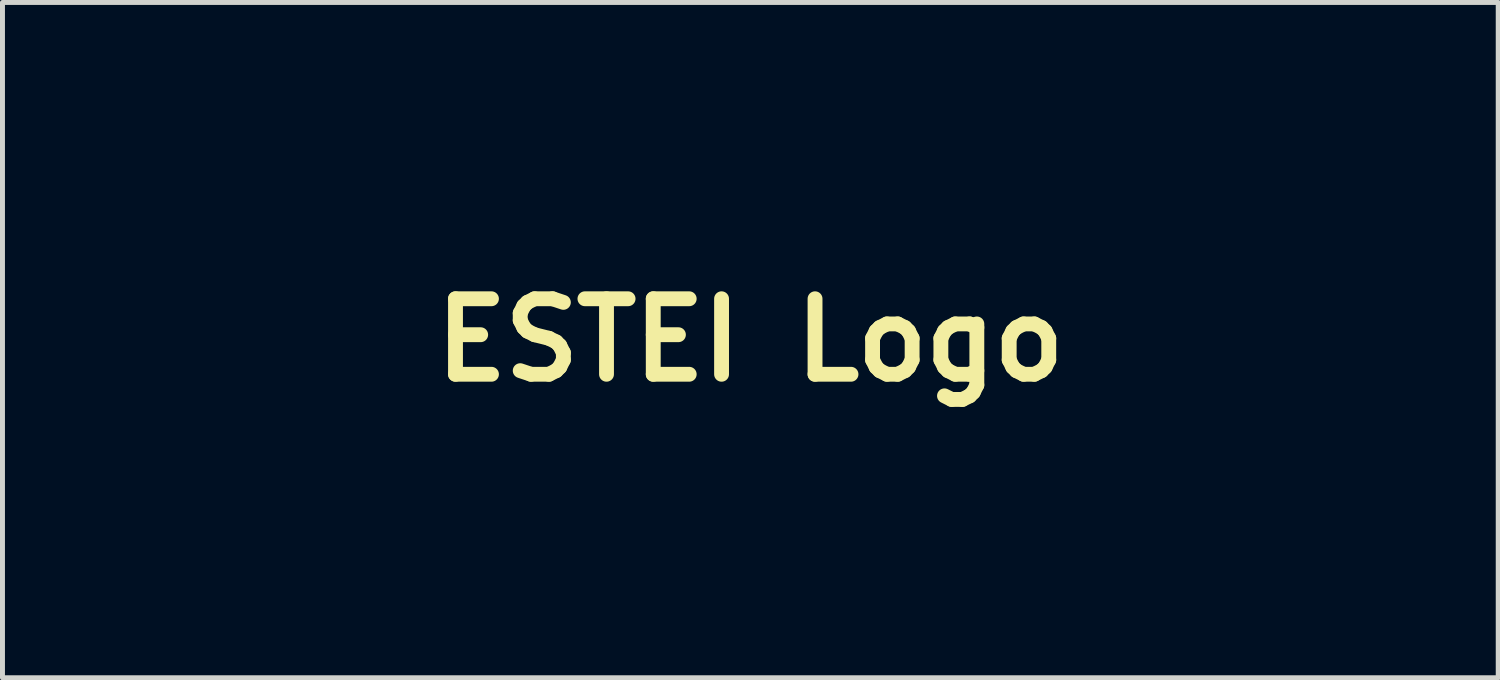
<source format=kicad_pcb>
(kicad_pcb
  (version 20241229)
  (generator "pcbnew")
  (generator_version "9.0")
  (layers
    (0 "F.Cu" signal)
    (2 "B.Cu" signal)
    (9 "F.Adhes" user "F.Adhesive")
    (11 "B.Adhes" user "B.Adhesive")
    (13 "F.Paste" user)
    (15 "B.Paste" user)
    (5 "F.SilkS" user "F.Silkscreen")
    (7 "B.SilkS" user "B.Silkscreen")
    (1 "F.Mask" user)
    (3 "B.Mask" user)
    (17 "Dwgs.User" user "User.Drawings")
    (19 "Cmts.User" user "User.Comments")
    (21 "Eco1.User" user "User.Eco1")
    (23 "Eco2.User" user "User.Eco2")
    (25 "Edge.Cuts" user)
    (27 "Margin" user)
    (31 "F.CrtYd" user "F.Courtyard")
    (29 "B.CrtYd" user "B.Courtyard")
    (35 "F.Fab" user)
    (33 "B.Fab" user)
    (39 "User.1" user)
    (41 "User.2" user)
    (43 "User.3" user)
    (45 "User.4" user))
  (footprint "ESTEI Logo"
    (layer "F.Cu")
    (at 12.095 3.815)
    (property "Reference" "ESTEI Logo" (at 0 0 0) (layer "F.SilkS") (effects (font (size 1.524 1.524) (thickness 0.3))))
    (attr through_hole)
    (fp_poly (pts (xy 1.143 2.413) (xy 1.143 2.819) (xy 0.876 2.835) (xy 0.61 2.85) (xy 0.61 2.382) (xy 1.143 2.413)) (stroke (width 0.01) (type solid)) (fill yes) (layer "F.Mask"))
    (fp_poly (pts (xy 3.734 2.261) (xy 3.467 2.276) (xy 3.2 2.291) (xy 3.2 1.778) (xy 3.765 1.778) (xy 3.734 2.261)) (stroke (width 0.01) (type solid)) (fill yes) (layer "F.Mask"))
    (fp_poly (pts (xy 1.108 1.968) (xy 1.092 2.159) (xy 0.581 2.189) (xy 0.601 1.983) (xy 0.62 1.778) (xy 1.124 1.778) (xy 1.108 1.968)) (stroke (width 0.01) (type solid)) (fill yes) (layer "F.Mask"))
    (fp_poly (pts (xy 2.464 2.819) (xy 2.171 2.835) (xy 1.986 2.836) (xy 1.884 2.814) (xy 1.851 2.78) (xy 1.841 2.7) (xy 1.836 2.546) (xy 1.837 2.346) (xy 1.839 2.257) (xy 1.854 1.803) (xy 2.464 1.803) (xy 2.464 2.819)) (stroke (width 0.01) (type solid)) (fill yes) (layer "F.Mask"))
    (fp_poly (pts (xy 7.261 1.884) (xy 7.278 1.975) (xy 7.319 2.124) (xy 7.359 2.253) (xy 7.454 2.54) (xy 7.229 2.54) (xy 7.091 2.536) (xy 7.032 2.514) (xy 7.03 2.461) (xy 7.04 2.426) (xy 7.112 2.208) (xy 7.177 2.032) (xy 7.226 1.916) (xy 7.256 1.873) (xy 7.261 1.884)) (stroke (width 0.01) (type solid)) (fill yes) (layer "F.Mask"))
    (fp_poly (pts (xy 4.913 1.789) (xy 5.034 1.819) (xy 5.07 1.839) (xy 5.103 1.925) (xy 5.124 2.094) (xy 5.131 2.311) (xy 5.123 2.542) (xy 5.101 2.706) (xy 5.07 2.784) (xy 4.986 2.819) (xy 4.842 2.841) (xy 4.752 2.845) (xy 4.496 2.845) (xy 4.496 1.778) (xy 4.752 1.778) (xy 4.913 1.789)) (stroke (width 0.01) (type solid)) (fill yes) (layer "F.Mask"))
    (fp_poly (pts (xy 7.604 -1.604) (xy 7.759 -1.548) (xy 7.766 -1.543) (xy 7.864 -1.439) (xy 7.956 -1.288) (xy 8.016 -1.136) (xy 8.026 -1.068) (xy 7.977 -1.045) (xy 7.833 -1.028) (xy 7.6 -1.018) (xy 7.366 -1.016) (xy 7.055 -1.02) (xy 6.843 -1.032) (xy 6.729 -1.052) (xy 6.706 -1.072) (xy 6.741 -1.207) (xy 6.828 -1.363) (xy 6.94 -1.496) (xy 7.015 -1.552) (xy 7.189 -1.606) (xy 7.4 -1.624) (xy 7.604 -1.604)) (stroke (width 0.01) (type solid)) (fill yes) (layer "F.Mask"))
    (fp_poly (pts (xy -6.604 -1.279) (xy -6.496 -1.073) (xy -6.469 -0.819) (xy -6.503 -0.605) (xy -6.556 -0.468) (xy -6.649 -0.322) (xy -6.798 -0.149) (xy -6.93 -0.013) (xy -7.104 0.157) (xy -7.229 0.266) (xy -7.325 0.326) (xy -7.414 0.352) (xy -7.484 0.356) (xy -7.674 0.319) (xy -7.772 0.254) (xy -7.856 0.103) (xy -7.874 -0.034) (xy -7.868 -0.109) (xy -7.844 -0.183) (xy -7.792 -0.269) (xy -7.701 -0.381) (xy -7.56 -0.532) (xy -7.36 -0.736) (xy -7.288 -0.809) (xy -6.702 -1.397) (xy -6.604 -1.279)) (stroke (width 0.01) (type solid)) (fill yes) (layer "F.Mask"))
    (fp_poly (pts (xy -1.157 -1.617) (xy -0.964 -1.548) (xy -0.822 -1.419) (xy -0.817 -1.41) (xy -0.778 -1.333) (xy -0.734 -1.226) (xy -0.694 -1.118) (xy -0.671 -1.041) (xy -0.676 -1.027) (xy -0.677 -1.027) (xy -0.728 -1.032) (xy -0.861 -1.039) (xy -1.057 -1.046) (xy -1.297 -1.053) (xy -1.333 -1.054) (xy -1.611 -1.065) (xy -1.818 -1.081) (xy -1.945 -1.101) (xy -1.981 -1.122) (xy -1.96 -1.2) (xy -1.907 -1.317) (xy -1.904 -1.322) (xy -1.774 -1.477) (xy -1.588 -1.579) (xy -1.374 -1.626) (xy -1.157 -1.617)) (stroke (width 0.01) (type solid)) (fill yes) (layer "F.Mask"))
    (fp_poly (pts (xy -7.687 -2.407) (xy -7.558 -2.172) (xy -7.527 -1.915) (xy -7.592 -1.64) (xy -7.754 -1.352) (xy -7.932 -1.136) (xy -8.081 -0.964) (xy -8.21 -0.796) (xy -8.296 -0.663) (xy -8.31 -0.634) (xy -8.38 -0.345) (xy -8.363 -0.057) (xy -8.269 0.217) (xy -8.111 0.461) (xy -7.902 0.663) (xy -7.652 0.807) (xy -7.374 0.88) (xy -7.08 0.867) (xy -7.049 0.86) (xy -6.896 0.807) (xy -6.735 0.713) (xy -6.543 0.562) (xy -6.44 0.472) (xy -6.233 0.292) (xy -6.074 0.171) (xy -5.938 0.099) (xy -5.8 0.063) (xy -5.637 0.051) (xy -5.572 0.051) (xy -5.394 0.07) (xy -5.219 0.119) (xy -5.075 0.187) (xy -4.99 0.261) (xy -4.978 0.296) (xy -5.013 0.345) (xy -5.108 0.451) (xy -5.252 0.6) (xy -5.431 0.78) (xy -5.536 0.883) (xy -5.85 1.177) (xy -6.122 1.4) (xy -6.37 1.56) (xy -6.611 1.667) (xy -6.864 1.73) (xy -7.146 1.76) (xy -7.213 1.762) (xy -7.489 1.761) (xy -7.721 1.738) (xy -7.849 1.71) (xy -8.193 1.567) (xy -8.483 1.378) (xy -8.728 1.148) (xy -9.005 0.787) (xy -9.189 0.391) (xy -9.279 -0.03) (xy -9.271 -0.466) (xy -9.224 -0.711) (xy -9.168 -0.907) (xy -9.1 -1.079) (xy -9.009 -1.242) (xy -8.884 -1.414) (xy -8.713 -1.612) (xy -8.484 -1.855) (xy -8.358 -1.983) (xy -7.8 -2.548) (xy -7.687 -2.407)) (stroke (width 0.01) (type solid)) (fill yes) (layer "F.Mask"))
    (fp_poly (pts (xy 12.09 3.81) (xy -12.09 3.81) (xy -12.09 -0.071) (xy -10.435 -0.071) (xy -10.434 0.104) (xy -10.429 0.247) (xy -10.42 0.325) (xy -10.419 0.329) (xy -10.389 0.423) (xy -10.383 0.456) (xy -10.274 0.896) (xy -10.083 1.328) (xy -9.82 1.738) (xy -9.5 2.112) (xy -9.135 2.437) (xy -8.739 2.699) (xy -8.324 2.885) (xy -7.97 2.973) (xy -7.83 2.997) (xy -7.741 3.02) (xy -7.726 3.027) (xy -7.668 3.034) (xy -7.533 3.035) (xy -7.349 3.029) (xy -7.139 3.019) (xy -6.929 3.005) (xy -6.745 2.988) (xy -6.612 2.971) (xy -6.604 2.97) (xy -6.166 2.839) (xy -5.74 2.62) (xy -5.341 2.326) (xy -4.982 1.97) (xy -4.683 1.575) (xy 0.406 1.575) (xy 0.406 3.099) (xy 0.714 3.099) (xy 0.909 3.086) (xy 1.083 3.054) (xy 1.165 3.024) (xy 1.276 2.947) (xy 1.34 2.868) (xy 1.371 2.696) (xy 1.355 2.507) (xy 1.298 2.355) (xy 1.295 2.351) (xy 1.282 2.322) (xy 1.626 2.322) (xy 1.627 2.548) (xy 1.636 2.697) (xy 1.658 2.796) (xy 1.7 2.869) (xy 1.766 2.942) (xy 1.774 2.95) (xy 1.955 3.066) (xy 2.169 3.109) (xy 2.383 3.077) (xy 2.558 2.974) (xy 2.618 2.913) (xy 2.657 2.849) (xy 2.679 2.759) (xy 2.689 2.621) (xy 2.692 2.412) (xy 2.692 2.314) (xy 2.687 2.025) (xy 2.664 1.823) (xy 2.612 1.692) (xy 2.52 1.617) (xy 2.379 1.583) (xy 2.175 1.575) (xy 2.163 1.575) (xy 2.997 1.575) (xy 2.997 2.303) (xy 3 2.565) (xy 3.006 2.791) (xy 3.015 2.96) (xy 3.027 3.054) (xy 3.032 3.066) (xy 3.1 3.092) (xy 3.152 3.022) (xy 3.184 2.862) (xy 3.19 2.775) (xy 3.206 2.484) (xy 3.47 2.499) (xy 3.734 2.515) (xy 3.749 2.81) (xy 3.763 2.978) (xy 3.786 3.064) (xy 3.826 3.091) (xy 3.851 3.089) (xy 3.904 3.033) (xy 3.941 2.91) (xy 3.959 2.754) (xy 3.953 2.6) (xy 3.922 2.482) (xy 3.906 2.458) (xy 3.871 2.378) (xy 3.904 2.324) (xy 3.947 2.225) (xy 3.963 2.068) (xy 3.953 1.894) (xy 3.919 1.742) (xy 3.878 1.668) (xy 3.813 1.618) (xy 3.713 1.59) (xy 3.552 1.577) (xy 3.396 1.575) (xy 4.318 1.575) (xy 4.318 3.099) (xy 4.599 3.099) (xy 4.796 3.085) (xy 4.982 3.05) (xy 5.057 3.025) (xy 5.176 2.958) (xy 5.256 2.86) (xy 5.305 2.714) (xy 5.329 2.502) (xy 5.334 2.255) (xy 5.331 2.039) (xy 5.319 1.898) (xy 5.291 1.805) (xy 5.241 1.733) (xy 5.209 1.699) (xy 5.133 1.634) (xy 5.045 1.597) (xy 4.917 1.579) (xy 4.72 1.575) (xy 4.701 1.575) (xy 5.639 1.575) (xy 5.639 3.099) (xy 6.045 3.099) (xy 6.247 3.097) (xy 6.367 3.089) (xy 6.428 3.067) (xy 6.429 3.064) (xy 6.655 3.064) (xy 6.689 3.096) (xy 6.763 3.079) (xy 6.838 3.029) (xy 6.862 2.997) (xy 6.913 2.879) (xy 6.929 2.832) (xy 6.967 2.779) (xy 7.056 2.752) (xy 7.219 2.743) (xy 7.239 2.743) (xy 7.4 2.746) (xy 7.488 2.765) (xy 7.53 2.813) (xy 7.551 2.894) (xy 7.601 3.002) (xy 7.684 3.079) (xy 7.769 3.102) (xy 7.803 3.085) (xy 7.797 3.031) (xy 7.765 2.899) (xy 7.71 2.708) (xy 7.64 2.477) (xy 7.626 2.433) (xy 7.562 2.232) (xy 8.026 2.232) (xy 8.027 2.501) (xy 8.031 2.687) (xy 8.043 2.81) (xy 8.064 2.888) (xy 8.099 2.94) (xy 8.151 2.986) (xy 8.16 2.994) (xy 8.352 3.082) (xy 8.509 3.099) (xy 8.739 3.06) (xy 8.759 3.049) (xy 9.246 3.049) (xy 9.279 3.095) (xy 9.358 3.085) (xy 9.447 3.023) (xy 9.459 3.01) (xy 9.529 2.912) (xy 9.618 2.768) (xy 9.654 2.705) (xy 9.728 2.58) (xy 9.785 2.502) (xy 9.802 2.489) (xy 9.839 2.53) (xy 9.909 2.638) (xy 9.997 2.79) (xy 9.999 2.794) (xy 10.117 2.984) (xy 10.212 3.081) (xy 10.265 3.099) (xy 10.331 3.09) (xy 10.354 3.053) (xy 10.331 2.974) (xy 10.257 2.838) (xy 10.15 2.663) (xy 9.937 2.323) (xy 10.125 1.98) (xy 10.214 1.813) (xy 10.28 1.682) (xy 10.311 1.611) (xy 10.312 1.606) (xy 10.27 1.58) (xy 10.216 1.575) (xy 10.125 1.624) (xy 10.011 1.771) (xy 9.957 1.863) (xy 9.794 2.15) (xy 9.635 1.863) (xy 9.531 1.694) (xy 9.447 1.604) (xy 9.366 1.575) (xy 9.359 1.575) (xy 9.298 1.578) (xy 9.277 1.603) (xy 9.302 1.668) (xy 9.373 1.796) (xy 9.4 1.841) (xy 9.52 2.046) (xy 9.592 2.188) (xy 9.62 2.294) (xy 9.604 2.392) (xy 9.546 2.507) (xy 9.453 2.66) (xy 9.355 2.827) (xy 9.282 2.962) (xy 9.247 3.042) (xy 9.246 3.049) (xy 8.759 3.049) (xy 8.858 2.994) (xy 8.912 2.947) (xy 8.95 2.897) (xy 8.973 2.824) (xy 8.986 2.709) (xy 8.991 2.533) (xy 8.992 2.277) (xy 8.992 2.232) (xy 8.991 1.963) (xy 8.986 1.779) (xy 8.976 1.665) (xy 8.958 1.604) (xy 8.928 1.579) (xy 8.89 1.575) (xy 8.848 1.581) (xy 8.819 1.609) (xy 8.802 1.676) (xy 8.793 1.799) (xy 8.789 1.993) (xy 8.788 2.212) (xy 8.788 2.85) (xy 8.522 2.835) (xy 8.255 2.819) (xy 8.241 2.197) (xy 8.234 1.936) (xy 8.225 1.761) (xy 8.211 1.653) (xy 8.188 1.598) (xy 8.155 1.577) (xy 8.126 1.575) (xy 8.085 1.581) (xy 8.058 1.609) (xy 8.04 1.677) (xy 8.031 1.8) (xy 8.027 1.994) (xy 8.026 2.232) (xy 7.562 2.232) (xy 7.547 2.185) (xy 7.477 1.964) (xy 7.423 1.792) (xy 7.393 1.691) (xy 7.391 1.686) (xy 7.338 1.598) (xy 7.231 1.584) (xy 7.229 1.585) (xy 7.176 1.598) (xy 7.131 1.633) (xy 7.087 1.706) (xy 7.035 1.831) (xy 6.97 2.023) (xy 6.883 2.296) (xy 6.878 2.311) (xy 6.799 2.566) (xy 6.733 2.786) (xy 6.684 2.953) (xy 6.658 3.049) (xy 6.655 3.064) (xy 6.429 3.064) (xy 6.449 3.025) (xy 6.452 2.972) (xy 6.445 2.901) (xy 6.41 2.863) (xy 6.322 2.848) (xy 6.157 2.845) (xy 6.147 2.845) (xy 5.842 2.845) (xy 5.842 2.388) (xy 6.147 2.388) (xy 6.317 2.384) (xy 6.409 2.368) (xy 6.446 2.331) (xy 6.452 2.286) (xy 6.44 2.229) (xy 6.392 2.199) (xy 6.282 2.186) (xy 6.147 2.184) (xy 5.842 2.184) (xy 5.842 1.778) (xy 6.147 1.778) (xy 6.317 1.774) (xy 6.409 1.758) (xy 6.446 1.721) (xy 6.452 1.676) (xy 6.443 1.626) (xy 6.404 1.595) (xy 6.314 1.58) (xy 6.152 1.575) (xy 6.045 1.575) (xy 5.639 1.575) (xy 4.701 1.575) (xy 4.318 1.575) (xy 3.396 1.575) (xy 2.997 1.575) (xy 2.163 1.575) (xy 1.979 1.579) (xy 1.864 1.599) (xy 1.788 1.645) (xy 1.731 1.709) (xy 1.68 1.788) (xy 1.648 1.885) (xy 1.632 2.026) (xy 1.626 2.234) (xy 1.626 2.322) (xy 1.282 2.322) (xy 1.251 2.253) (xy 1.269 2.21) (xy 1.301 2.144) (xy 1.319 2.015) (xy 1.321 1.956) (xy 1.307 1.785) (xy 1.254 1.672) (xy 1.146 1.608) (xy 0.966 1.58) (xy 0.784 1.575) (xy 0.406 1.575) (xy -4.683 1.575) (xy -4.675 1.565) (xy -4.434 1.125) (xy -4.272 0.662) (xy -4.261 0.615) (xy -4.222 0.354) (xy -4.207 0.033) (xy -4.215 -0.307) (xy -4.241 -0.587) (xy -2.927 -0.587) (xy -2.869 -0.201) (xy -2.731 0.16) (xy -2.52 0.476) (xy -2.32 0.669) (xy -2.185 0.772) (xy -2.083 0.843) (xy -2.04 0.866) (xy -1.976 0.88) (xy -1.848 0.915) (xy -1.753 0.942) (xy -1.446 0.992) (xy -1.099 0.984) (xy -0.757 0.922) (xy -0.721 0.911) (xy -0.485 0.799) (xy -0.249 0.617) (xy -0.043 0.391) (xy 0.079 0.198) (xy 0.126 0.102) (xy 0.406 0.102) (xy 0.406 1.016) (xy 0.703 1.016) (xy 0.918 1.003) (xy 1.135 0.97) (xy 1.231 0.946) (xy 1.542 0.804) (xy 1.804 0.588) (xy 1.955 0.386) (xy 2.017 0.262) (xy 2.102 0.067) (xy 2.2 -0.177) (xy 2.303 -0.445) (xy 2.335 -0.533) (xy 2.442 -0.813) (xy 2.541 -1.049) (xy 2.627 -1.225) (xy 2.69 -1.324) (xy 2.699 -1.333) (xy 2.792 -1.385) (xy 2.932 -1.413) (xy 3.144 -1.422) (xy 3.181 -1.422) (xy 3.556 -1.422) (xy 3.556 -2.337) (xy 3.137 -2.336) (xy 2.775 -2.309) (xy 2.479 -2.227) (xy 2.225 -2.081) (xy 2.091 -1.966) (xy 2.009 -1.883) (xy 1.94 -1.801) (xy 1.876 -1.702) (xy 1.809 -1.571) (xy 1.731 -1.393) (xy 1.634 -1.153) (xy 1.51 -0.833) (xy 1.5 -0.808) (xy 1.397 -0.549) (xy 1.3 -0.318) (xy 1.216 -0.135) (xy 1.155 -0.019) (xy 1.137 0.006) (xy 1.06 0.063) (xy 0.94 0.092) (xy 0.75 0.102) (xy 0.729 0.102) (xy 0.406 0.102) (xy 0.126 0.102) (xy 0.148 0.057) (xy 0.193 -0.044) (xy 0.203 -0.075) (xy 0.157 -0.087) (xy 0.033 -0.097) (xy -0.143 -0.101) (xy -0.183 -0.102) (xy -0.383 -0.099) (xy -0.512 -0.084) (xy -0.599 -0.05) (xy -0.674 0.012) (xy -0.707 0.046) (xy -0.909 0.193) (xy -1.158 0.271) (xy -1.424 0.276) (xy -1.675 0.203) (xy -1.692 0.194) (xy -1.805 0.093) (xy -1.907 -0.065) (xy -1.971 -0.236) (xy -1.981 -0.318) (xy -1.981 -0.457) (xy 0.269 -0.457) (xy 0.238 -0.823) (xy 0.163 -1.225) (xy 0.012 -1.584) (xy -0.203 -1.886) (xy -0.476 -2.12) (xy -0.775 -2.265) (xy -1.097 -2.329) (xy -1.449 -2.329) (xy -1.793 -2.269) (xy -2.076 -2.158) (xy -2.394 -1.937) (xy -2.635 -1.657) (xy -2.807 -1.311) (xy -2.897 -0.977) (xy -2.927 -0.587) (xy -4.241 -0.587) (xy -4.244 -0.627) (xy -4.288 -0.864) (xy -4.466 -1.361) (xy -4.731 -1.823) (xy -5.071 -2.238) (xy -5.474 -2.595) (xy -5.927 -2.88) (xy -6.42 -3.083) (xy -6.553 -3.121) (xy -6.804 -3.163) (xy -7.115 -3.186) (xy -7.45 -3.188) (xy -7.77 -3.17) (xy -8.035 -3.131) (xy -8.077 -3.121) (xy -8.57 -2.944) (xy -9.031 -2.678) (xy -9.446 -2.335) (xy -9.801 -1.925) (xy -10.083 -1.462) (xy -10.205 -1.206) (xy -10.288 -1.008) (xy -10.343 -0.835) (xy -10.379 -0.658) (xy -10.391 -0.584) (xy -10.407 -0.489) (xy -10.416 -0.457) (xy -10.425 -0.384) (xy -10.432 -0.244) (xy -10.435 -0.071) (xy -12.09 -0.071) (xy -12.09 -3.2) (xy 3.861 -3.2) (xy 3.861 -1.438) (xy 3.861 -0.966) (xy 3.862 -0.585) (xy 3.865 -0.282) (xy 3.87 -0.047) (xy 3.878 0.131) (xy 3.889 0.263) (xy 3.903 0.361) (xy 3.923 0.436) (xy 3.947 0.5) (xy 3.963 0.536) (xy 4.109 0.73) (xy 4.331 0.866) (xy 4.547 0.932) (xy 4.72 0.953) (xy 4.941 0.959) (xy 5.156 0.949) (xy 5.277 0.933) (xy 5.436 0.902) (xy 5.436 0.203) (xy 5.158 0.203) (xy 4.985 0.196) (xy 4.885 0.167) (xy 4.83 0.109) (xy 4.828 0.105) (xy 4.809 0.019) (xy 4.793 -0.147) (xy 4.781 -0.375) (xy 4.776 -0.644) (xy 4.775 -0.737) (xy 4.775 -0.814) (xy 5.813 -0.814) (xy 5.814 -0.475) (xy 5.858 -0.158) (xy 5.933 0.076) (xy 6.14 0.411) (xy 6.415 0.681) (xy 6.744 0.875) (xy 7.028 0.966) (xy 7.248 0.99) (xy 7.512 0.987) (xy 7.776 0.96) (xy 7.997 0.911) (xy 8.058 0.89) (xy 8.377 0.703) (xy 8.638 0.439) (xy 8.741 0.283) (xy 8.822 0.133) (xy 8.876 0.013) (xy 8.89 -0.038) (xy 8.854 -0.074) (xy 8.74 -0.094) (xy 8.536 -0.102) (xy 8.506 -0.102) (xy 8.307 -0.099) (xy 8.181 -0.085) (xy 8.098 -0.052) (xy 8.029 0.009) (xy 7.994 0.05) (xy 7.812 0.193) (xy 7.579 0.273) (xy 7.326 0.285) (xy 7.084 0.226) (xy 6.982 0.171) (xy 6.889 0.072) (xy 6.798 -0.083) (xy 6.73 -0.252) (xy 6.706 -0.382) (xy 6.718 -0.407) (xy 6.764 -0.426) (xy 6.854 -0.439) (xy 7.001 -0.448) (xy 7.215 -0.454) (xy 7.51 -0.457) (xy 7.83 -0.457) (xy 8.954 -0.457) (xy 8.93 -0.826) (xy 8.868 -1.223) (xy 8.731 -1.564) (xy 8.512 -1.87) (xy 8.505 -1.877) (xy 8.264 -2.096) (xy 7.999 -2.237) (xy 7.792 -2.286) (xy 9.449 -2.286) (xy 9.45 -1.003) (xy 9.45 -0.608) (xy 9.452 -0.301) (xy 9.457 -0.068) (xy 9.464 0.105) (xy 9.477 0.229) (xy 9.495 0.321) (xy 9.519 0.392) (xy 9.551 0.456) (xy 9.564 0.479) (xy 9.695 0.638) (xy 9.879 0.779) (xy 10.082 0.878) (xy 10.249 0.913) (xy 10.363 0.914) (xy 10.363 -2.286) (xy 9.449 -2.286) (xy 7.792 -2.286) (xy 7.682 -2.312) (xy 7.536 -2.326) (xy 7.128 -2.307) (xy 6.752 -2.2) (xy 6.421 -2.012) (xy 6.147 -1.75) (xy 5.943 -1.422) (xy 5.938 -1.411) (xy 5.854 -1.138) (xy 5.813 -0.814) (xy 4.775 -0.814) (xy 4.775 -1.481) (xy 5.042 -1.473) (xy 5.206 -1.469) (xy 5.332 -1.468) (xy 5.372 -1.469) (xy 5.406 -1.506) (xy 5.426 -1.62) (xy 5.435 -1.821) (xy 5.436 -1.905) (xy 5.436 -2.337) (xy 4.775 -2.337) (xy 4.775 -3.2) (xy 3.861 -3.2) (xy -12.09 -3.2) (xy -12.09 -3.454) (xy 9.449 -3.454) (xy 9.449 -2.692) (xy 10.363 -2.692) (xy 10.363 -3.454) (xy 9.449 -3.454) (xy -12.09 -3.454) (xy -12.09 -3.81) (xy 12.09 -3.81) (xy 12.09 3.81)) (stroke (width 0.01) (type solid)) (fill yes) (layer "F.Mask")))
  (gr_rect
    (start -3 -3)
    (end 27.191 10.63)
    (stroke (width 0.1) (type default))
    (fill no)
    (layer "Edge.Cuts")))
</source>
